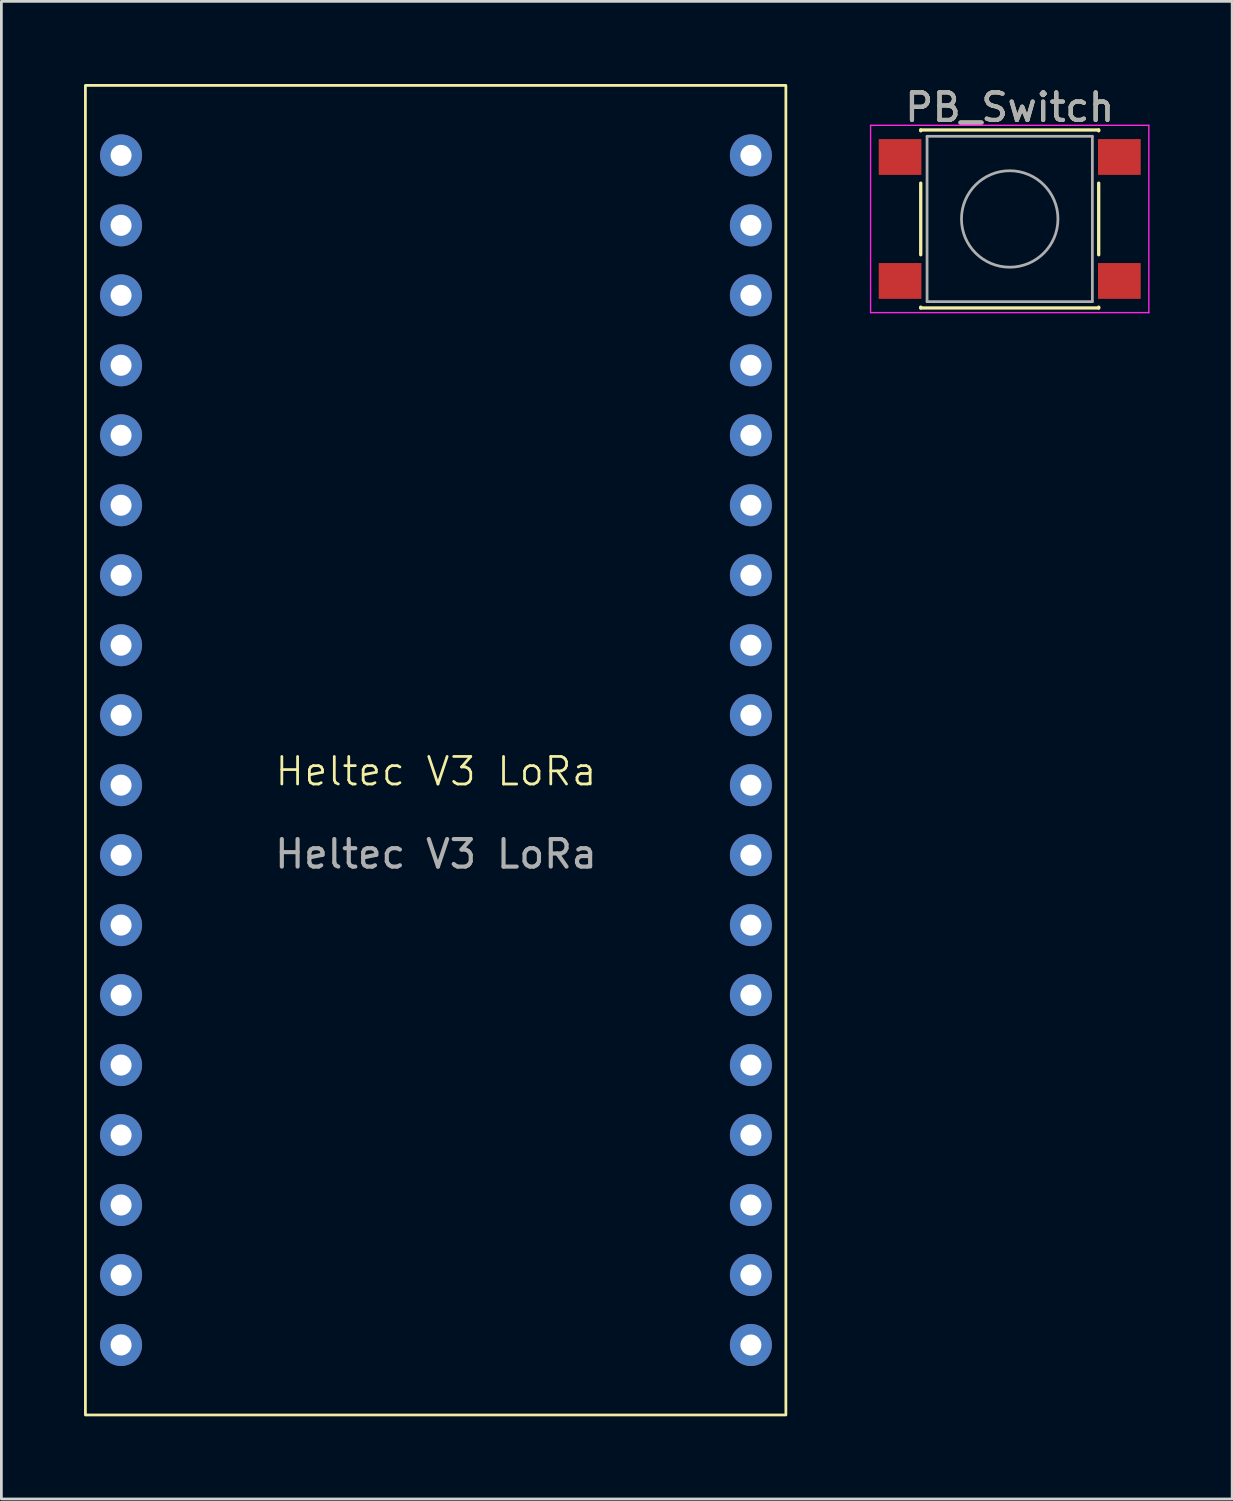
<source format=kicad_pcb>
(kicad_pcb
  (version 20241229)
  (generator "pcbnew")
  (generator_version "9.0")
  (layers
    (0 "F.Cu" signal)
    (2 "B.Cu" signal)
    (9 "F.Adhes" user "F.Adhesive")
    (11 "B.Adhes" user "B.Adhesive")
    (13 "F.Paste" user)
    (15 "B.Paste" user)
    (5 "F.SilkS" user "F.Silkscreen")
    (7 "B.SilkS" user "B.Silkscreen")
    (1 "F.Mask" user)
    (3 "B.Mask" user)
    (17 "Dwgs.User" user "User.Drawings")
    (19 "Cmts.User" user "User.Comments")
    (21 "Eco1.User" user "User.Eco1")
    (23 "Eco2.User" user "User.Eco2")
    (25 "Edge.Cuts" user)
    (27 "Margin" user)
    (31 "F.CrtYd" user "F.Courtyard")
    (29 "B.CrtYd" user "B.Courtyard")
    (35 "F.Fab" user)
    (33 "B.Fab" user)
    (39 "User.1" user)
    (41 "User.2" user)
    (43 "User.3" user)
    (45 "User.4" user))
  (footprint "Heltec V3 LoRa"
    (layer "F.Cu")
    (at 12.775 25.45)
    (property "Reference" "Heltec V3 LoRa" (at 0 -0.5 0) (unlocked yes) (layer "F.SilkS") (effects (font (size 1 1) (thickness 0.1))))
    (attr through_hole)
    (fp_rect (start -12.725 -25.4) (end 12.7 22.86) (stroke (width 0.1) (type default)) (fill no) (layer "F.SilkS"))
    (fp_text user "${REFERENCE}" (at 0 2.5 0) (unlocked yes) (layer "F.Fab") (effects (font (size 1 1) (thickness 0.15))))
    (pad "1" thru_hole circle (at 11.43 20.32) (size 1.524 1.524) (drill 0.762) (layers "*.Cu" "*.Mask"))
    (pad "2" thru_hole circle (at 11.43 17.78) (size 1.524 1.524) (drill 0.762) (layers "*.Cu" "*.Mask"))
    (pad "3" thru_hole circle (at 11.43 15.24) (size 1.524 1.524) (drill 0.762) (layers "*.Cu" "*.Mask"))
    (pad "4" thru_hole circle (at 11.43 12.7) (size 1.524 1.524) (drill 0.762) (layers "*.Cu" "*.Mask"))
    (pad "5" thru_hole circle (at 11.43 10.16) (size 1.524 1.524) (drill 0.762) (layers "*.Cu" "*.Mask"))
    (pad "6" thru_hole circle (at 11.43 7.62) (size 1.524 1.524) (drill 0.762) (layers "*.Cu" "*.Mask"))
    (pad "7" thru_hole circle (at 11.43 5.08) (size 1.524 1.524) (drill 0.762) (layers "*.Cu" "*.Mask"))
    (pad "8" thru_hole circle (at 11.43 2.54) (size 1.524 1.524) (drill 0.762) (layers "*.Cu" "*.Mask"))
    (pad "9" thru_hole circle (at 11.43 0) (size 1.524 1.524) (drill 0.762) (layers "*.Cu" "*.Mask"))
    (pad "10" thru_hole circle (at 11.43 -2.54) (size 1.524 1.524) (drill 0.762) (layers "*.Cu" "*.Mask"))
    (pad "11" thru_hole circle (at 11.43 -5.08) (size 1.524 1.524) (drill 0.762) (layers "*.Cu" "*.Mask"))
    (pad "12" thru_hole circle (at 11.43 -7.62) (size 1.524 1.524) (drill 0.762) (layers "*.Cu" "*.Mask"))
    (pad "13" thru_hole circle (at 11.43 -10.16) (size 1.524 1.524) (drill 0.762) (layers "*.Cu" "*.Mask"))
    (pad "14" thru_hole circle (at 11.43 -12.7) (size 1.524 1.524) (drill 0.762) (layers "*.Cu" "*.Mask"))
    (pad "15" thru_hole circle (at 11.43 -15.24) (size 1.524 1.524) (drill 0.762) (layers "*.Cu" "*.Mask"))
    (pad "16" thru_hole circle (at 11.43 -17.78) (size 1.524 1.524) (drill 0.762) (layers "*.Cu" "*.Mask"))
    (pad "17" thru_hole circle (at 11.43 -20.32) (size 1.524 1.524) (drill 0.762) (layers "*.Cu" "*.Mask"))
    (pad "18" thru_hole circle (at 11.43 -22.86) (size 1.524 1.524) (drill 0.762) (layers "*.Cu" "*.Mask"))
    (pad "19" thru_hole circle (at -11.43 -22.86) (size 1.524 1.524) (drill 0.762) (layers "*.Cu" "*.Mask"))
    (pad "20" thru_hole circle (at -11.43 -20.32) (size 1.524 1.524) (drill 0.762) (layers "*.Cu" "*.Mask"))
    (pad "21" thru_hole circle (at -11.43 -17.78) (size 1.524 1.524) (drill 0.762) (layers "*.Cu" "*.Mask"))
    (pad "22" thru_hole circle (at -11.43 -15.24) (size 1.524 1.524) (drill 0.762) (layers "*.Cu" "*.Mask"))
    (pad "23" thru_hole circle (at -11.43 -12.7) (size 1.524 1.524) (drill 0.762) (layers "*.Cu" "*.Mask"))
    (pad "24" thru_hole circle (at -11.43 -10.16) (size 1.524 1.524) (drill 0.762) (layers "*.Cu" "*.Mask"))
    (pad "25" thru_hole circle (at -11.43 -7.62) (size 1.524 1.524) (drill 0.762) (layers "*.Cu" "*.Mask"))
    (pad "26" thru_hole circle (at -11.43 -5.08) (size 1.524 1.524) (drill 0.762) (layers "*.Cu" "*.Mask"))
    (pad "27" thru_hole circle (at -11.43 -2.54) (size 1.524 1.524) (drill 0.762) (layers "*.Cu" "*.Mask"))
    (pad "28" thru_hole circle (at -11.43 0) (size 1.524 1.524) (drill 0.762) (layers "*.Cu" "*.Mask"))
    (pad "29" thru_hole circle (at -11.43 2.54) (size 1.524 1.524) (drill 0.762) (layers "*.Cu" "*.Mask"))
    (pad "30" thru_hole circle (at -11.43 5.08) (size 1.524 1.524) (drill 0.762) (layers "*.Cu" "*.Mask"))
    (pad "31" thru_hole circle (at -11.43 7.62) (size 1.524 1.524) (drill 0.762) (layers "*.Cu" "*.Mask"))
    (pad "32" thru_hole circle (at -11.43 10.16) (size 1.524 1.524) (drill 0.762) (layers "*.Cu" "*.Mask"))
    (pad "33" thru_hole circle (at -11.43 12.7) (size 1.524 1.524) (drill 0.762) (layers "*.Cu" "*.Mask"))
    (pad "34" thru_hole circle (at -11.43 15.24) (size 1.524 1.524) (drill 0.762) (layers "*.Cu" "*.Mask"))
    (pad "35" thru_hole circle (at -11.43 17.78) (size 1.524 1.524) (drill 0.762) (layers "*.Cu" "*.Mask"))
    (pad "36" thru_hole circle (at -11.43 20.32) (size 1.524 1.524) (drill 0.762) (layers "*.Cu" "*.Mask")))
  (footprint "PB_Switch"
    (layer "F.Cu")
    (at 33.6 4.898)
    (property "Reference" "PB_Switch" (at 0 -4.05 0) (layer "F.SilkS") (effects (font (size 1 1) (thickness 0.15))))
    (attr smd)
    (fp_line (start -3.23 -3.23) (end 3.23 -3.23) (stroke (width 0.12) (type solid)) (layer "F.SilkS"))
    (fp_line (start -3.23 -3.2) (end -3.23 -3.23) (stroke (width 0.12) (type solid)) (layer "F.SilkS"))
    (fp_line (start -3.23 -1.3) (end -3.23 1.3) (stroke (width 0.12) (type solid)) (layer "F.SilkS"))
    (fp_line (start -3.23 3.23) (end -3.23 3.2) (stroke (width 0.12) (type solid)) (layer "F.SilkS"))
    (fp_line (start -3.23 3.23) (end 3.23 3.23) (stroke (width 0.12) (type solid)) (layer "F.SilkS"))
    (fp_line (start 3.23 -3.23) (end 3.23 -3.2) (stroke (width 0.12) (type solid)) (layer "F.SilkS"))
    (fp_line (start 3.23 -1.3) (end 3.23 1.3) (stroke (width 0.12) (type solid)) (layer "F.SilkS"))
    (fp_line (start 3.23 3.23) (end 3.23 3.2) (stroke (width 0.12) (type solid)) (layer "F.SilkS"))
    (fp_line (start -5.05 -3.4) (end -5.05 3.4) (stroke (width 0.05) (type solid)) (layer "F.CrtYd"))
    (fp_line (start -5.05 -3.4) (end 5.05 -3.4) (stroke (width 0.05) (type solid)) (layer "F.CrtYd"))
    (fp_line (start -5.05 3.4) (end 5.05 3.4) (stroke (width 0.05) (type solid)) (layer "F.CrtYd"))
    (fp_line (start 5.05 3.4) (end 5.05 -3.4) (stroke (width 0.05) (type solid)) (layer "F.CrtYd"))
    (fp_line (start -3 -3) (end -3 3) (stroke (width 0.1) (type solid)) (layer "F.Fab"))
    (fp_line (start -3 3) (end 3 3) (stroke (width 0.1) (type solid)) (layer "F.Fab"))
    (fp_line (start 3 -3) (end -3 -3) (stroke (width 0.1) (type solid)) (layer "F.Fab"))
    (fp_line (start 3 3) (end 3 -3) (stroke (width 0.1) (type solid)) (layer "F.Fab"))
    (fp_circle (center 0 0) (end 1.75 -0.05) (stroke (width 0.1) (type solid)) (fill no) (layer "F.Fab"))
    (fp_text user "${REFERENCE}" (at 0 -4.05 0) (layer "F.Fab") (effects (font (size 1 1) (thickness 0.15))))
    (pad "1" smd rect (at -3.98 -2.25) (size 1.55 1.3) (layers "F.Cu" "F.Mask" "F.Paste"))
    (pad "1" smd rect (at 3.98 -2.25) (size 1.55 1.3) (layers "F.Cu" "F.Mask" "F.Paste"))
    (pad "2" smd rect (at -3.98 2.25) (size 1.55 1.3) (layers "F.Cu" "F.Mask" "F.Paste"))
    (pad "2" smd rect (at 3.98 2.25) (size 1.55 1.3) (layers "F.Cu" "F.Mask" "F.Paste")))
  (gr_rect
    (start -3 -3)
    (end 41.675 51.36)
    (stroke (width 0.1) (type default))
    (fill no)
    (layer "Edge.Cuts")))
</source>
